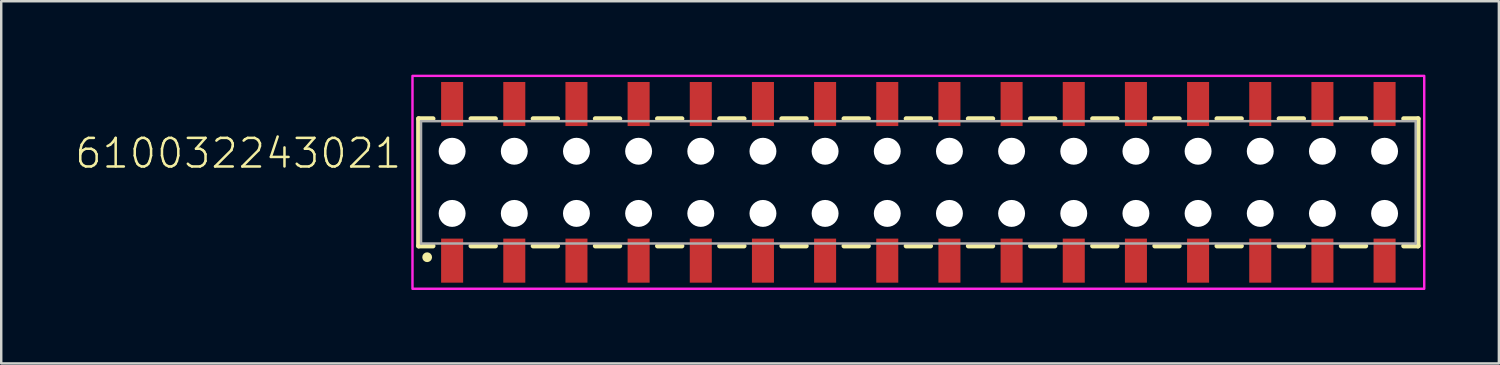
<source format=kicad_pcb>
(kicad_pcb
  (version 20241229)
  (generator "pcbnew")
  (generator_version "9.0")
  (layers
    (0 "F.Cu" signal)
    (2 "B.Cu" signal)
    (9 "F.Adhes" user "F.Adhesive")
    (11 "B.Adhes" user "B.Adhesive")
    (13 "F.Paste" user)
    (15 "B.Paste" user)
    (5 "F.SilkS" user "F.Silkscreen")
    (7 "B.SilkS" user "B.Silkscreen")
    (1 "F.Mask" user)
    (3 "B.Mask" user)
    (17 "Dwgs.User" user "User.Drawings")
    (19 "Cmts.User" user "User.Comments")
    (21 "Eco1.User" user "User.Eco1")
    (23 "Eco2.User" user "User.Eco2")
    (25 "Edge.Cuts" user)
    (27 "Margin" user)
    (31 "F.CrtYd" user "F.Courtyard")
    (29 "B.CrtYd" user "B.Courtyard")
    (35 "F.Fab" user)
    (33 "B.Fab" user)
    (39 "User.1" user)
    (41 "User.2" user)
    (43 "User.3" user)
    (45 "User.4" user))
  (footprint "610032243021"
    (layer "F.Cu")
    (at 34.474 4.4)
    (property "Reference" "610032243021" (at -21.05 -0.5 0) (unlocked yes) (layer "F.SilkS") (effects (font (size 1.168 1.168) (thickness 0.102)) (justify right bottom)))
    (fp_line (start -20.42 -2.6) (end -20.42 2.6) (stroke (width 0.2) (type solid)) (layer "F.SilkS"))
    (fp_line (start -20.42 2.6) (end -19.83 2.6) (stroke (width 0.2) (type solid)) (layer "F.SilkS"))
    (fp_line (start -19.83 -2.6) (end -20.42 -2.6) (stroke (width 0.2) (type solid)) (layer "F.SilkS"))
    (fp_line (start -18.28 2.6) (end -17.28 2.6) (stroke (width 0.2) (type solid)) (layer "F.SilkS"))
    (fp_line (start -17.28 -2.6) (end -18.28 -2.6) (stroke (width 0.2) (type solid)) (layer "F.SilkS"))
    (fp_line (start -15.74 2.6) (end -14.74 2.6) (stroke (width 0.2) (type solid)) (layer "F.SilkS"))
    (fp_line (start -14.74 -2.6) (end -15.74 -2.6) (stroke (width 0.2) (type solid)) (layer "F.SilkS"))
    (fp_line (start -13.2 2.6) (end -12.2 2.6) (stroke (width 0.2) (type solid)) (layer "F.SilkS"))
    (fp_line (start -12.2 -2.6) (end -13.2 -2.6) (stroke (width 0.2) (type solid)) (layer "F.SilkS"))
    (fp_line (start -10.66 2.6) (end -9.66 2.6) (stroke (width 0.2) (type solid)) (layer "F.SilkS"))
    (fp_line (start -9.66 -2.6) (end -10.66 -2.6) (stroke (width 0.2) (type solid)) (layer "F.SilkS"))
    (fp_line (start -8.12 2.6) (end -7.12 2.6) (stroke (width 0.2) (type solid)) (layer "F.SilkS"))
    (fp_line (start -7.12 -2.6) (end -8.12 -2.6) (stroke (width 0.2) (type solid)) (layer "F.SilkS"))
    (fp_line (start -5.58 2.6) (end -4.58 2.6) (stroke (width 0.2) (type solid)) (layer "F.SilkS"))
    (fp_line (start -4.58 -2.6) (end -5.58 -2.6) (stroke (width 0.2) (type solid)) (layer "F.SilkS"))
    (fp_line (start -3.04 2.6) (end -2.04 2.6) (stroke (width 0.2) (type solid)) (layer "F.SilkS"))
    (fp_line (start -2.04 -2.6) (end -3.04 -2.6) (stroke (width 0.2) (type solid)) (layer "F.SilkS"))
    (fp_line (start -0.5 2.6) (end 0.5 2.6) (stroke (width 0.2) (type solid)) (layer "F.SilkS"))
    (fp_line (start 0.5 -2.6) (end -0.5 -2.6) (stroke (width 0.2) (type solid)) (layer "F.SilkS"))
    (fp_line (start 2.04 2.6) (end 3.04 2.6) (stroke (width 0.2) (type solid)) (layer "F.SilkS"))
    (fp_line (start 3.04 -2.6) (end 2.04 -2.6) (stroke (width 0.2) (type solid)) (layer "F.SilkS"))
    (fp_line (start 4.58 2.6) (end 5.58 2.6) (stroke (width 0.2) (type solid)) (layer "F.SilkS"))
    (fp_line (start 5.58 -2.6) (end 4.58 -2.6) (stroke (width 0.2) (type solid)) (layer "F.SilkS"))
    (fp_line (start 7.12 2.6) (end 8.12 2.6) (stroke (width 0.2) (type solid)) (layer "F.SilkS"))
    (fp_line (start 8.12 -2.6) (end 7.12 -2.6) (stroke (width 0.2) (type solid)) (layer "F.SilkS"))
    (fp_line (start 9.66 2.6) (end 10.66 2.6) (stroke (width 0.2) (type solid)) (layer "F.SilkS"))
    (fp_line (start 10.66 -2.6) (end 9.66 -2.6) (stroke (width 0.2) (type solid)) (layer "F.SilkS"))
    (fp_line (start 12.2 2.6) (end 13.2 2.6) (stroke (width 0.2) (type solid)) (layer "F.SilkS"))
    (fp_line (start 13.2 -2.6) (end 12.2 -2.6) (stroke (width 0.2) (type solid)) (layer "F.SilkS"))
    (fp_line (start 14.74 2.6) (end 15.74 2.6) (stroke (width 0.2) (type solid)) (layer "F.SilkS"))
    (fp_line (start 15.74 -2.6) (end 14.74 -2.6) (stroke (width 0.2) (type solid)) (layer "F.SilkS"))
    (fp_line (start 17.28 2.6) (end 18.28 2.6) (stroke (width 0.2) (type solid)) (layer "F.SilkS"))
    (fp_line (start 18.28 -2.6) (end 17.28 -2.6) (stroke (width 0.2) (type solid)) (layer "F.SilkS"))
    (fp_line (start 19.83 -2.6) (end 20.42 -2.6) (stroke (width 0.2) (type solid)) (layer "F.SilkS"))
    (fp_line (start 20.42 -2.6) (end 20.42 2.6) (stroke (width 0.2) (type solid)) (layer "F.SilkS"))
    (fp_line (start 20.42 2.6) (end 19.83 2.6) (stroke (width 0.2) (type solid)) (layer "F.SilkS"))
    (fp_circle (center -20.07 3.06) (end -19.97 3.06) (stroke (width 0.2) (type solid)) (fill no) (layer "F.SilkS"))
    (fp_poly (pts (xy 20.67 4.35) (xy -20.67 4.35) (xy -20.67 -4.35) (xy 20.67 -4.35)) (stroke (width 0.1) (type default)) (fill no) (layer "F.CrtYd"))
    (fp_line (start -20.32 -2.5) (end -20.32 2.5) (stroke (width 0.1) (type solid)) (layer "F.Fab"))
    (fp_line (start -20.32 -2.5) (end 20.32 -2.5) (stroke (width 0.1) (type solid)) (layer "F.Fab"))
    (fp_line (start -20.32 2.5) (end 20.32 2.5) (stroke (width 0.1) (type solid)) (layer "F.Fab"))
    (fp_line (start 20.32 2.5) (end 20.32 -2.5) (stroke (width 0.1) (type solid)) (layer "F.Fab"))
    (pad "" np_thru_hole circle (at -19.05 -1.27) (size 1.1 1.1) (drill 1.1) (layers "*.Cu" "*.Mask"))
    (pad "" np_thru_hole circle (at -19.05 1.27) (size 1.1 1.1) (drill 1.1) (layers "*.Cu" "*.Mask"))
    (pad "" np_thru_hole circle (at -16.51 -1.27) (size 1.1 1.1) (drill 1.1) (layers "*.Cu" "*.Mask"))
    (pad "" np_thru_hole circle (at -16.51 1.27) (size 1.1 1.1) (drill 1.1) (layers "*.Cu" "*.Mask"))
    (pad "" np_thru_hole circle (at -13.97 -1.27) (size 1.1 1.1) (drill 1.1) (layers "*.Cu" "*.Mask"))
    (pad "" np_thru_hole circle (at -13.97 1.27) (size 1.1 1.1) (drill 1.1) (layers "*.Cu" "*.Mask"))
    (pad "" np_thru_hole circle (at -11.43 -1.27) (size 1.1 1.1) (drill 1.1) (layers "*.Cu" "*.Mask"))
    (pad "" np_thru_hole circle (at -11.43 1.27) (size 1.1 1.1) (drill 1.1) (layers "*.Cu" "*.Mask"))
    (pad "" np_thru_hole circle (at -8.89 -1.27) (size 1.1 1.1) (drill 1.1) (layers "*.Cu" "*.Mask"))
    (pad "" np_thru_hole circle (at -8.89 1.27) (size 1.1 1.1) (drill 1.1) (layers "*.Cu" "*.Mask"))
    (pad "" np_thru_hole circle (at -6.35 -1.27) (size 1.1 1.1) (drill 1.1) (layers "*.Cu" "*.Mask"))
    (pad "" np_thru_hole circle (at -6.35 1.27) (size 1.1 1.1) (drill 1.1) (layers "*.Cu" "*.Mask"))
    (pad "" np_thru_hole circle (at -3.81 -1.27) (size 1.1 1.1) (drill 1.1) (layers "*.Cu" "*.Mask"))
    (pad "" np_thru_hole circle (at -3.81 1.27) (size 1.1 1.1) (drill 1.1) (layers "*.Cu" "*.Mask"))
    (pad "" np_thru_hole circle (at -1.27 -1.27) (size 1.1 1.1) (drill 1.1) (layers "*.Cu" "*.Mask"))
    (pad "" np_thru_hole circle (at -1.27 1.27) (size 1.1 1.1) (drill 1.1) (layers "*.Cu" "*.Mask"))
    (pad "" np_thru_hole circle (at 1.27 -1.27) (size 1.1 1.1) (drill 1.1) (layers "*.Cu" "*.Mask"))
    (pad "" np_thru_hole circle (at 1.27 1.27) (size 1.1 1.1) (drill 1.1) (layers "*.Cu" "*.Mask"))
    (pad "" np_thru_hole circle (at 3.81 -1.27) (size 1.1 1.1) (drill 1.1) (layers "*.Cu" "*.Mask"))
    (pad "" np_thru_hole circle (at 3.81 1.27) (size 1.1 1.1) (drill 1.1) (layers "*.Cu" "*.Mask"))
    (pad "" np_thru_hole circle (at 6.35 -1.27) (size 1.1 1.1) (drill 1.1) (layers "*.Cu" "*.Mask"))
    (pad "" np_thru_hole circle (at 6.35 1.27) (size 1.1 1.1) (drill 1.1) (layers "*.Cu" "*.Mask"))
    (pad "" np_thru_hole circle (at 8.89 -1.27) (size 1.1 1.1) (drill 1.1) (layers "*.Cu" "*.Mask"))
    (pad "" np_thru_hole circle (at 8.89 1.27) (size 1.1 1.1) (drill 1.1) (layers "*.Cu" "*.Mask"))
    (pad "" np_thru_hole circle (at 11.43 -1.27) (size 1.1 1.1) (drill 1.1) (layers "*.Cu" "*.Mask"))
    (pad "" np_thru_hole circle (at 11.43 1.27) (size 1.1 1.1) (drill 1.1) (layers "*.Cu" "*.Mask"))
    (pad "" np_thru_hole circle (at 13.97 -1.27) (size 1.1 1.1) (drill 1.1) (layers "*.Cu" "*.Mask"))
    (pad "" np_thru_hole circle (at 13.97 1.27) (size 1.1 1.1) (drill 1.1) (layers "*.Cu" "*.Mask"))
    (pad "" np_thru_hole circle (at 16.51 -1.27) (size 1.1 1.1) (drill 1.1) (layers "*.Cu" "*.Mask"))
    (pad "" np_thru_hole circle (at 16.51 1.27) (size 1.1 1.1) (drill 1.1) (layers "*.Cu" "*.Mask"))
    (pad "" np_thru_hole circle (at 19.05 -1.27) (size 1.1 1.1) (drill 1.1) (layers "*.Cu" "*.Mask"))
    (pad "" np_thru_hole circle (at 19.05 1.27) (size 1.1 1.1) (drill 1.1) (layers "*.Cu" "*.Mask"))
    (pad "1" smd rect (at -19.05 3.2 90) (size 1.8 0.9) (layers "F.Cu" "F.Mask" "F.Paste"))
    (pad "2" smd rect (at -19.05 -3.2 90) (size 1.8 0.9) (layers "F.Cu" "F.Mask" "F.Paste"))
    (pad "3" smd rect (at -16.51 3.2 90) (size 1.8 0.9) (layers "F.Cu" "F.Mask" "F.Paste"))
    (pad "4" smd rect (at -16.51 -3.2 90) (size 1.8 0.9) (layers "F.Cu" "F.Mask" "F.Paste"))
    (pad "5" smd rect (at -13.97 3.2 90) (size 1.8 0.9) (layers "F.Cu" "F.Mask" "F.Paste"))
    (pad "6" smd rect (at -13.97 -3.2 90) (size 1.8 0.9) (layers "F.Cu" "F.Mask" "F.Paste"))
    (pad "7" smd rect (at -11.43 3.2 90) (size 1.8 0.9) (layers "F.Cu" "F.Mask" "F.Paste"))
    (pad "8" smd rect (at -11.43 -3.2 90) (size 1.8 0.9) (layers "F.Cu" "F.Mask" "F.Paste"))
    (pad "9" smd rect (at -8.89 3.2 90) (size 1.8 0.9) (layers "F.Cu" "F.Mask" "F.Paste"))
    (pad "10" smd rect (at -8.89 -3.2 90) (size 1.8 0.9) (layers "F.Cu" "F.Mask" "F.Paste"))
    (pad "11" smd rect (at -6.35 3.2 90) (size 1.8 0.9) (layers "F.Cu" "F.Mask" "F.Paste"))
    (pad "12" smd rect (at -6.35 -3.2 90) (size 1.8 0.9) (layers "F.Cu" "F.Mask" "F.Paste"))
    (pad "13" smd rect (at -3.81 3.2 90) (size 1.8 0.9) (layers "F.Cu" "F.Mask" "F.Paste"))
    (pad "14" smd rect (at -3.81 -3.2 90) (size 1.8 0.9) (layers "F.Cu" "F.Mask" "F.Paste"))
    (pad "15" smd rect (at -1.27 3.2 90) (size 1.8 0.9) (layers "F.Cu" "F.Mask" "F.Paste"))
    (pad "16" smd rect (at -1.27 -3.2 90) (size 1.8 0.9) (layers "F.Cu" "F.Mask" "F.Paste"))
    (pad "17" smd rect (at 1.27 3.2 90) (size 1.8 0.9) (layers "F.Cu" "F.Mask" "F.Paste"))
    (pad "18" smd rect (at 1.27 -3.2 90) (size 1.8 0.9) (layers "F.Cu" "F.Mask" "F.Paste"))
    (pad "19" smd rect (at 3.81 3.2 90) (size 1.8 0.9) (layers "F.Cu" "F.Mask" "F.Paste"))
    (pad "20" smd rect (at 3.81 -3.2 90) (size 1.8 0.9) (layers "F.Cu" "F.Mask" "F.Paste"))
    (pad "21" smd rect (at 6.35 3.2 90) (size 1.8 0.9) (layers "F.Cu" "F.Mask" "F.Paste"))
    (pad "22" smd rect (at 6.35 -3.2 90) (size 1.8 0.9) (layers "F.Cu" "F.Mask" "F.Paste"))
    (pad "23" smd rect (at 8.89 3.2 90) (size 1.8 0.9) (layers "F.Cu" "F.Mask" "F.Paste"))
    (pad "24" smd rect (at 8.89 -3.2 90) (size 1.8 0.9) (layers "F.Cu" "F.Mask" "F.Paste"))
    (pad "25" smd rect (at 11.43 3.2 90) (size 1.8 0.9) (layers "F.Cu" "F.Mask" "F.Paste"))
    (pad "26" smd rect (at 11.43 -3.2 90) (size 1.8 0.9) (layers "F.Cu" "F.Mask" "F.Paste"))
    (pad "27" smd rect (at 13.97 3.2 90) (size 1.8 0.9) (layers "F.Cu" "F.Mask" "F.Paste"))
    (pad "28" smd rect (at 13.97 -3.2 90) (size 1.8 0.9) (layers "F.Cu" "F.Mask" "F.Paste"))
    (pad "29" smd rect (at 16.51 3.2 90) (size 1.8 0.9) (layers "F.Cu" "F.Mask" "F.Paste"))
    (pad "30" smd rect (at 16.51 -3.2 90) (size 1.8 0.9) (layers "F.Cu" "F.Mask" "F.Paste"))
    (pad "31" smd rect (at 19.05 3.2 90) (size 1.8 0.9) (layers "F.Cu" "F.Mask" "F.Paste"))
    (pad "32" smd rect (at 19.05 -3.2 90) (size 1.8 0.9) (layers "F.Cu" "F.Mask" "F.Paste")))
  (gr_rect
    (start -3 -3)
    (end 58.194 11.8)
    (stroke (width 0.1) (type default))
    (fill no)
    (layer "Edge.Cuts")))
</source>
